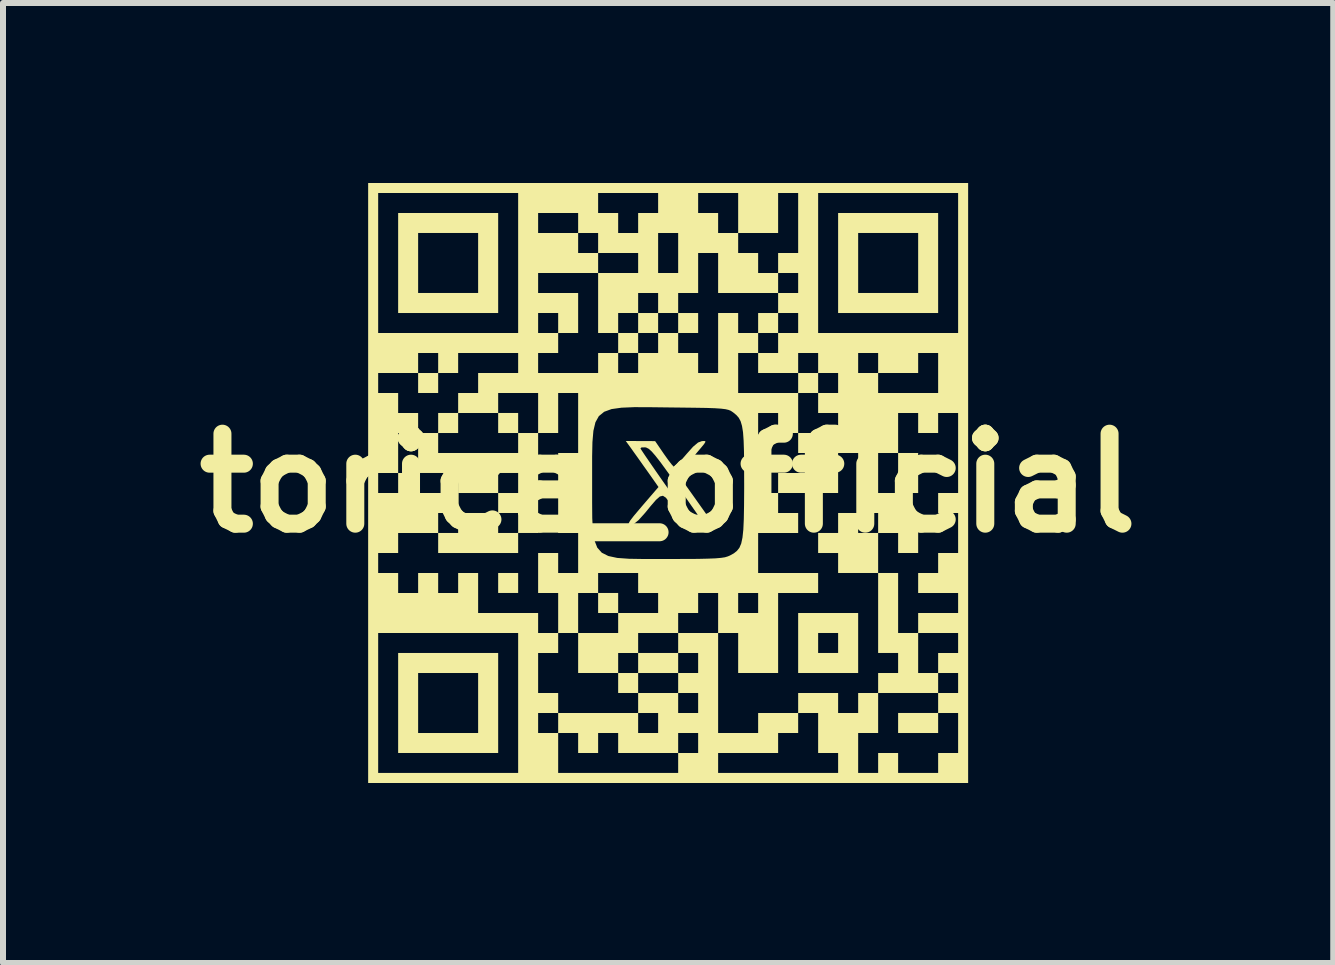
<source format=kicad_pcb>
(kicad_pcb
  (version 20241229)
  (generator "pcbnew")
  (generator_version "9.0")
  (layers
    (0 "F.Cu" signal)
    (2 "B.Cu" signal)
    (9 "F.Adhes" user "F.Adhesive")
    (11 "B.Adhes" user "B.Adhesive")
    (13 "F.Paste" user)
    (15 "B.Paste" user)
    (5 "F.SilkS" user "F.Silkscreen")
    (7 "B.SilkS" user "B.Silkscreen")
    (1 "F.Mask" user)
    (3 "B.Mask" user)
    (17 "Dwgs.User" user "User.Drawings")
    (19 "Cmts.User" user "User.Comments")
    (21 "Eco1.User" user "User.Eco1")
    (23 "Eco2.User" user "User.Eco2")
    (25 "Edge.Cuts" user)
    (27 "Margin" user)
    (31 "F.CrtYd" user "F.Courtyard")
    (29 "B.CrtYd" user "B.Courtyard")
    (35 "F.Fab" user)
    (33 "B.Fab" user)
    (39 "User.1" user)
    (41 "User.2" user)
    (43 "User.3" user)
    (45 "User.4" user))
  (footprint "torica_official"
    (layer "F.Cu")
    (at 8.086 5)
    (property "Reference" "torica_official" (at 0 0 0) (layer "F.SilkS") (effects (font (size 1.5 1.5) (thickness 0.3))))
    (attr board_only exclude_from_pos_files exclude_from_bom)
    (fp_poly (pts (xy -3.833 -1.667) (xy -3.833 -1.5) (xy -4 -1.5) (xy -4.167 -1.5) (xy -4.167 -1.667) (xy -4.167 -1.833) (xy -4 -1.833) (xy -3.833 -1.833)) (stroke (width 0) (type solid)) (fill yes) (layer "F.SilkS"))
    (fp_poly (pts (xy -2.5 -1) (xy -2.5 -0.833) (xy -2.667 -0.833) (xy -2.833 -0.833) (xy -2.833 -1) (xy -2.833 -1.167) (xy -2.667 -1.167) (xy -2.5 -1.167)) (stroke (width 0) (type solid)) (fill yes) (layer "F.SilkS"))
    (fp_poly (pts (xy -2.5 1.667) (xy -2.5 1.833) (xy -2.667 1.833) (xy -2.833 1.833) (xy -2.833 1.667) (xy -2.833 1.5) (xy -2.667 1.5) (xy -2.5 1.5)) (stroke (width 0) (type solid)) (fill yes) (layer "F.SilkS"))
    (fp_poly (pts (xy -0.833 2) (xy -0.833 2.167) (xy -1 2.167) (xy -1.167 2.167) (xy -1.167 2) (xy -1.167 1.833) (xy -1 1.833) (xy -0.833 1.833)) (stroke (width 0) (type solid)) (fill yes) (layer "F.SilkS"))
    (fp_poly (pts (xy 0.5 -2.667) (xy 0.5 -2.5) (xy 0.333 -2.5) (xy 0.167 -2.5) (xy 0.167 -2.667) (xy 0.167 -2.833) (xy 0.333 -2.833) (xy 0.5 -2.833)) (stroke (width 0) (type solid)) (fill yes) (layer "F.SilkS"))
    (fp_poly (pts (xy 1.833 -2.667) (xy 1.833 -2.5) (xy 1.667 -2.5) (xy 1.5 -2.5) (xy 1.5 -2.667) (xy 1.5 -2.833) (xy 1.667 -2.833) (xy 1.833 -2.833)) (stroke (width 0) (type solid)) (fill yes) (layer "F.SilkS"))
    (fp_poly (pts (xy 2.5 -1.667) (xy 2.5 -1.5) (xy 2.333 -1.5) (xy 2.167 -1.5) (xy 2.167 -1.667) (xy 2.167 -1.833) (xy 2.333 -1.833) (xy 2.5 -1.833)) (stroke (width 0) (type solid)) (fill yes) (layer "F.SilkS"))
    (fp_poly (pts (xy 4.167 -0.167) (xy 4.167 0.167) (xy 4 0.167) (xy 3.833 0.167) (xy 3.833 -0.167) (xy 3.833 -0.5) (xy 4 -0.5) (xy 4.167 -0.5)) (stroke (width 0) (type solid)) (fill yes) (layer "F.SilkS"))
    (fp_poly (pts (xy 4.5 4) (xy 4.5 4.167) (xy 4.167 4.167) (xy 3.833 4.167) (xy 3.833 4) (xy 3.833 3.833) (xy 4.167 3.833) (xy 4.5 3.833)) (stroke (width 0) (type solid)) (fill yes) (layer "F.SilkS"))
    (fp_poly (pts (xy -0.167 -2.667) (xy -0.167 -2.5) (xy -0.333 -2.5) (xy -0.5 -2.5) (xy -0.5 -2.333) (xy -0.5 -2.167) (xy -0.667 -2.167) (xy -0.833 -2.167) (xy -0.833 -2.333) (xy -0.833 -2.5) (xy -0.667 -2.5) (xy -0.5 -2.5) (xy -0.5 -2.667) (xy -0.5 -2.833) (xy -0.333 -2.833) (xy -0.167 -2.833)) (stroke (width 0) (type solid)) (fill yes) (layer "F.SilkS"))
    (fp_poly (pts (xy 0.167 3) (xy 0.167 3.167) (xy -0.167 3.167) (xy -0.5 3.167) (xy -0.5 3.333) (xy -0.5 3.5) (xy -0.667 3.5) (xy -0.833 3.5) (xy -0.833 3.333) (xy -0.833 3.167) (xy -0.667 3.167) (xy -0.5 3.167) (xy -0.5 3) (xy -0.5 2.833) (xy -0.167 2.833) (xy 0.167 2.833)) (stroke (width 0) (type solid)) (fill yes) (layer "F.SilkS"))
    (fp_poly (pts (xy -2.833 -3.667) (xy -2.833 -2.833) (xy -3.667 -2.833) (xy -4.5 -2.833) (xy -4.5 -3.667) (xy -4.167 -3.667) (xy -4.167 -3.167) (xy -3.667 -3.167) (xy -3.167 -3.167) (xy -3.167 -3.667) (xy -3.167 -4.167) (xy -3.667 -4.167) (xy -4.167 -4.167) (xy -4.167 -3.667) (xy -4.5 -3.667) (xy -4.5 -4.5) (xy -3.667 -4.5) (xy -2.833 -4.5)) (stroke (width 0) (type solid)) (fill yes) (layer "F.SilkS"))
    (fp_poly (pts (xy -2.833 3.667) (xy -2.833 4.5) (xy -3.667 4.5) (xy -4.5 4.5) (xy -4.5 3.667) (xy -4.167 3.667) (xy -4.167 4.167) (xy -3.667 4.167) (xy -3.167 4.167) (xy -3.167 3.667) (xy -3.167 3.167) (xy -3.667 3.167) (xy -4.167 3.167) (xy -4.167 3.667) (xy -4.5 3.667) (xy -4.5 2.833) (xy -3.667 2.833) (xy -2.833 2.833)) (stroke (width 0) (type solid)) (fill yes) (layer "F.SilkS"))
    (fp_poly (pts (xy 3.167 2.667) (xy 3.167 3.167) (xy 2.667 3.167) (xy 2.167 3.167) (xy 2.167 2.667) (xy 2.5 2.667) (xy 2.5 2.833) (xy 2.667 2.833) (xy 2.833 2.833) (xy 2.833 2.667) (xy 2.833 2.5) (xy 2.667 2.5) (xy 2.5 2.5) (xy 2.5 2.667) (xy 2.167 2.667) (xy 2.167 2.167) (xy 2.667 2.167) (xy 3.167 2.167)) (stroke (width 0) (type solid)) (fill yes) (layer "F.SilkS"))
    (fp_poly (pts (xy 4.5 -3.667) (xy 4.5 -2.833) (xy 3.667 -2.833) (xy 2.833 -2.833) (xy 2.833 -3.667) (xy 3.167 -3.667) (xy 3.167 -3.167) (xy 3.667 -3.167) (xy 4.167 -3.167) (xy 4.167 -3.667) (xy 4.167 -4.167) (xy 3.667 -4.167) (xy 3.167 -4.167) (xy 3.167 -3.667) (xy 2.833 -3.667) (xy 2.833 -4.5) (xy 3.667 -4.5) (xy 4.5 -4.5)) (stroke (width 0) (type solid)) (fill yes) (layer "F.SilkS"))
    (fp_poly (pts (xy 3.167 0.667) (xy 3.167 0.833) (xy 3.333 0.833) (xy 3.5 0.833) (xy 3.5 1.167) (xy 3.5 1.5) (xy 3.167 1.5) (xy 2.833 1.5) (xy 2.833 1.333) (xy 2.833 1.167) (xy 2.667 1.167) (xy 2.5 1.167) (xy 2.5 1) (xy 2.5 0.833) (xy 2.667 0.833) (xy 2.833 0.833) (xy 2.833 0.667) (xy 2.833 0.5) (xy 3 0.5) (xy 3.167 0.5)) (stroke (width 0) (type solid)) (fill yes) (layer "F.SilkS"))
    (fp_poly (pts (xy 3.833 2) (xy 3.833 2.5) (xy 4 2.5) (xy 4.167 2.5) (xy 4.167 2.833) (xy 4.167 3.167) (xy 4.333 3.167) (xy 4.5 3.167) (xy 4.5 3.333) (xy 4.5 3.5) (xy 4 3.5) (xy 3.5 3.5) (xy 3.5 3.333) (xy 3.5 3.167) (xy 3.667 3.167) (xy 3.833 3.167) (xy 3.833 3) (xy 3.833 2.833) (xy 3.667 2.833) (xy 3.5 2.833) (xy 3.5 2.167) (xy 3.5 1.5) (xy 3.667 1.5) (xy 3.833 1.5)) (stroke (width 0) (type solid)) (fill yes) (layer "F.SilkS"))
    (fp_poly (pts (xy -3.5 -1) (xy -3.5 -0.833) (xy -3.667 -0.833) (xy -3.833 -0.833) (xy -3.833 -0.667) (xy -3.833 -0.5) (xy -3.167 -0.5) (xy -2.5 -0.5) (xy -2.5 -0.667) (xy -2.5 -0.833) (xy -2.333 -0.833) (xy -2.167 -0.833) (xy -2.167 0) (xy -2.167 0.833) (xy -2.333 0.833) (xy -2.5 0.833) (xy -2.5 1) (xy -2.5 1.167) (xy -3.167 1.167) (xy -3.833 1.167) (xy -3.833 1) (xy -3.833 0.833) (xy -3.667 0.833) (xy -3.5 0.833) (xy -3.5 0.667) (xy -2.833 0.667) (xy -2.833 0.833) (xy -2.667 0.833) (xy -2.5 0.833) (xy -2.5 0.667) (xy -2.5 0.5) (xy -2.667 0.5) (xy -2.833 0.5) (xy -2.833 0.667) (xy -3.5 0.667) (xy -3.5 0.5) (xy -3.167 0.5) (xy -2.833 0.5) (xy -2.833 0.333) (xy -2.833 0.167) (xy -3.167 0.167) (xy -3.5 0.167) (xy -3.5 0) (xy -2.833 0) (xy -2.833 0.167) (xy -2.667 0.167) (xy -2.5 0.167) (xy -2.5 0) (xy -2.5 -0.167) (xy -2.667 -0.167) (xy -2.833 -0.167) (xy -2.833 0) (xy -3.5 0) (xy -3.5 -0.167) (xy -3.833 -0.167) (xy -4.167 -0.167) (xy -4.167 -0.5) (xy -4.167 -0.833) (xy -4 -0.833) (xy -3.833 -0.833) (xy -3.833 -1) (xy -3.833 -1.167) (xy -3.667 -1.167) (xy -3.5 -1.167)) (stroke (width 0) (type solid)) (fill yes) (layer "F.SilkS"))
    (fp_poly (pts (xy -0.461 -0.699) (xy -0.217 -0.698) (xy -0.07 -0.483) (xy 0.003 -0.381) (xy 0.062 -0.305) (xy 0.098 -0.268) (xy 0.102 -0.267) (xy 0.133 -0.291) (xy 0.194 -0.354) (xy 0.275 -0.446) (xy 0.305 -0.481) (xy 0.415 -0.604) (xy 0.498 -0.674) (xy 0.562 -0.698) (xy 0.563 -0.698) (xy 0.598 -0.7) (xy 0.619 -0.697) (xy 0.62 -0.683) (xy 0.599 -0.649) (xy 0.548 -0.587) (xy 0.465 -0.489) (xy 0.356 -0.363) (xy 0.166 -0.142) (xy 0.465 0.279) (xy 0.764 0.7) (xy 0.524 0.7) (xy 0.283 0.699) (xy 0.1 0.435) (xy 0.021 0.32) (xy -0.038 0.245) (xy -0.087 0.213) (xy -0.138 0.225) (xy -0.203 0.282) (xy -0.292 0.385) (xy -0.385 0.499) (xy -0.492 0.618) (xy -0.573 0.683) (xy -0.628 0.7) (xy -0.655 0.694) (xy -0.659 0.673) (xy -0.633 0.627) (xy -0.574 0.55) (xy -0.476 0.434) (xy -0.433 0.383) (xy -0.161 0.067) (xy -0.319 -0.158) (xy -0.413 -0.29) (xy -0.509 -0.426) (xy -0.588 -0.536) (xy -0.592 -0.542) (xy -0.616 -0.576) (xy -0.462 -0.576) (xy -0.44 -0.541) (xy -0.386 -0.46) (xy -0.305 -0.342) (xy -0.203 -0.194) (xy -0.086 -0.026) (xy -0.05 0.025) (xy 0.086 0.218) (xy 0.191 0.363) (xy 0.27 0.467) (xy 0.33 0.535) (xy 0.375 0.575) (xy 0.413 0.594) (xy 0.442 0.598) (xy 0.508 0.597) (xy 0.533 0.592) (xy 0.515 0.563) (xy 0.464 0.488) (xy 0.385 0.375) (xy 0.285 0.231) (xy 0.168 0.066) (xy 0.122 -0.000128) (xy -0.02 -0.198) (xy -0.129 -0.348) (xy -0.213 -0.455) (xy -0.276 -0.527) (xy -0.324 -0.57) (xy -0.364 -0.59) (xy -0.382 -0.594) (xy -0.444 -0.593) (xy -0.462 -0.576) (xy -0.616 -0.576) (xy -0.706 -0.7)) (stroke (width 0) (type solid)) (fill yes) (layer "F.SilkS"))
    (fp_poly (pts (xy 5 0) (xy 5 5) (xy 0 5) (xy -5 5) (xy -5 3.667) (xy -4.833 3.667) (xy -4.833 4.833) (xy -3.667 4.833) (xy -2.5 4.833) (xy -2.5 4.5) (xy -1.833 4.5) (xy -1.833 4.833) (xy -0.833 4.833) (xy 0.167 4.833) (xy 0.167 4.667) (xy 0.167 4.5) (xy 0.333 4.5) (xy 0.5 4.5) (xy 0.833 4.5) (xy 0.833 4.667) (xy 0.833 4.833) (xy 1.833 4.833) (xy 2.833 4.833) (xy 2.833 4.667) (xy 2.833 4.5) (xy 2.667 4.5) (xy 2.5 4.5) (xy 2.5 4.167) (xy 2.5 3.833) (xy 2.333 3.833) (xy 2.167 3.833) (xy 2.167 4) (xy 2.167 4.167) (xy 2 4.167) (xy 1.833 4.167) (xy 1.833 4.333) (xy 1.833 4.5) (xy 1.333 4.5) (xy 0.833 4.5) (xy 0.5 4.5) (xy 0.5 4.333) (xy 0.5 4.167) (xy 0.333 4.167) (xy 0.167 4.167) (xy 0.167 4.333) (xy 0.167 4.5) (xy -0.333 4.5) (xy -0.833 4.5) (xy -0.833 4.333) (xy -0.833 4.167) (xy -1 4.167) (xy -1.167 4.167) (xy -1.167 4.333) (xy -1.167 4.5) (xy -1.333 4.5) (xy -1.5 4.5) (xy -1.5 4.333) (xy -1.5 4.167) (xy -1.667 4.167) (xy -1.833 4.167) (xy -1.833 4.5) (xy -2.5 4.5) (xy -2.5 3.667) (xy -2.5 2.5) (xy -3.667 2.5) (xy -4.833 2.5) (xy -4.833 3.667) (xy -5 3.667) (xy -5 0) (xy -5 -1.833) (xy -4.833 -1.833) (xy -4.833 -1.667) (xy -4.833 -1.5) (xy -4.667 -1.5) (xy -4.5 -1.5) (xy -4.5 -1.333) (xy -4.5 -1.167) (xy -4.333 -1.167) (xy -4.167 -1.167) (xy -4.167 -1) (xy -4.167 -0.833) (xy -4.333 -0.833) (xy -4.5 -0.833) (xy -4.5 -0.5) (xy -4.5 -0.167) (xy -4.667 -0.167) (xy -4.833 -0.167) (xy -4.833 0) (xy -4.833 0.167) (xy -4.667 0.167) (xy -4.5 0.167) (xy -4.5 0) (xy -4.5 -0.167) (xy -4.333 -0.167) (xy -4.167 -0.167) (xy -4.167 0) (xy -4.167 0.167) (xy -3.833 0.167) (xy -3.5 0.167) (xy -3.5 0.333) (xy -3.5 0.5) (xy -3.667 0.5) (xy -3.833 0.5) (xy -3.833 0.667) (xy -3.833 0.833) (xy -4.167 0.833) (xy -4.5 0.833) (xy -4.5 1) (xy -4.5 1.167) (xy -4.667 1.167) (xy -4.833 1.167) (xy -4.833 1.333) (xy -4.833 1.5) (xy -4.667 1.5) (xy -4.5 1.5) (xy -4.5 1.667) (xy -4.5 1.833) (xy -4.333 1.833) (xy -4.167 1.833) (xy -4.167 1.667) (xy -4.167 1.5) (xy -4 1.5) (xy -3.833 1.5) (xy -3.833 1.667) (xy -3.833 1.833) (xy -3.667 1.833) (xy -3.5 1.833) (xy -3.5 1.667) (xy -3.5 1.5) (xy -3.333 1.5) (xy -3.167 1.5) (xy -3.167 1.833) (xy -3.167 2.167) (xy -2.667 2.167) (xy -2.167 2.167) (xy -2.167 2.333) (xy -2.167 2.5) (xy -2 2.5) (xy -1.833 2.5) (xy -1.833 2.667) (xy -1.833 2.833) (xy -2 2.833) (xy -2.167 2.833) (xy -2.167 3.167) (xy -2.167 3.5) (xy -2 3.5) (xy -1.833 3.5) (xy -1.833 3.667) (xy -1.833 3.833) (xy -2 3.833) (xy -2.167 3.833) (xy -2.167 4) (xy -2.167 4.167) (xy -2 4.167) (xy -1.833 4.167) (xy -1.833 4) (xy -0.5 4) (xy -0.5 4.167) (xy -0.333 4.167) (xy -0.167 4.167) (xy -0.167 4) (xy -0.167 3.833) (xy -0.333 3.833) (xy -0.5 3.833) (xy -0.5 4) (xy -1.833 4) (xy -1.833 3.833) (xy -1.167 3.833) (xy -0.5 3.833) (xy -0.5 3.667) (xy 0.167 3.667) (xy 0.167 3.833) (xy 0.333 3.833) (xy 0.5 3.833) (xy 0.5 3.667) (xy 0.5 3.5) (xy 0.333 3.5) (xy 0.167 3.5) (xy 0.167 3.667) (xy -0.5 3.667) (xy -0.5 3.5) (xy -0.167 3.5) (xy 0.167 3.5) (xy 0.167 3.333) (xy 0.167 3.167) (xy 0.333 3.167) (xy 0.5 3.167) (xy 0.5 3) (xy 0.5 2.833) (xy 0.333 2.833) (xy 0.167 2.833) (xy 0.167 2.667) (xy 0.167 2.5) (xy 0.5 2.5) (xy 0.833 2.5) (xy 0.833 2.167) (xy 0.833 2) (xy 1.167 2) (xy 1.167 2.167) (xy 1.333 2.167) (xy 1.5 2.167) (xy 1.5 2) (xy 1.5 1.833) (xy 1.333 1.833) (xy 1.167 1.833) (xy 1.167 2) (xy 0.833 2) (xy 0.833 1.833) (xy 0.667 1.833) (xy 0.5 1.833) (xy 0.5 2) (xy 0.5 2.167) (xy 0.333 2.167) (xy 0.167 2.167) (xy 0.167 2.333) (xy 0.167 2.5) (xy -0.167 2.5) (xy -0.5 2.5) (xy -0.5 2.667) (xy -0.5 2.833) (xy -0.667 2.833) (xy -0.833 2.833) (xy -0.833 3) (xy -0.833 3.167) (xy -1.167 3.167) (xy -1.5 3.167) (xy -1.5 2.833) (xy -1.5 2.5) (xy -1.167 2.5) (xy -0.833 2.5) (xy -0.833 2.333) (xy -0.833 2.167) (xy -0.5 2.167) (xy -0.167 2.167) (xy -0.167 2) (xy -0.167 1.833) (xy -0.333 1.833) (xy -0.5 1.833) (xy -0.5 1.667) (xy -0.5 1.5) (xy -0.833 1.5) (xy -1.167 1.5) (xy -1.167 1.667) (xy -1.167 1.833) (xy -1.333 1.833) (xy -1.5 1.833) (xy -1.5 2.167) (xy -1.5 2.5) (xy -1.667 2.5) (xy -1.833 2.5) (xy -1.833 2.167) (xy -1.833 1.833) (xy -2 1.833) (xy -2.167 1.833) (xy -2.167 1.5) (xy -2.167 1.167) (xy -2 1.167) (xy -1.833 1.167) (xy -1.833 1.333) (xy -1.833 1.5) (xy -1.667 1.5) (xy -1.5 1.5) (xy -1.5 1.167) (xy -1.5 0.833) (xy -1.667 0.833) (xy -1.833 0.833) (xy -1.833 0.324) (xy -1.267 0.324) (xy -1.265 0.587) (xy -1.254 0.797) (xy -1.228 0.958) (xy -1.181 1.078) (xy -1.106 1.162) (xy -0.997 1.217) (xy -0.848 1.249) (xy -0.653 1.263) (xy -0.406 1.267) (xy -0.1 1.267) (xy 0 1.267) (xy 0.277 1.266) (xy 0.495 1.265) (xy 0.663 1.261) (xy 0.789 1.256) (xy 0.881 1.248) (xy 0.947 1.238) (xy 0.996 1.223) (xy 1.031 1.208) (xy 1.096 1.172) (xy 1.147 1.131) (xy 1.188 1.079) (xy 1.218 1.008) (xy 1.239 0.909) (xy 1.253 0.777) (xy 1.261 0.603) (xy 1.265 0.379) (xy 1.267 0.098) (xy 1.267 0.006) (xy 1.266 -0.288) (xy 1.264 -0.522) (xy 1.258 -0.706) (xy 1.248 -0.846) (xy 1.231 -0.951) (xy 1.208 -1.029) (xy 1.177 -1.087) (xy 1.136 -1.133) (xy 1.084 -1.176) (xy 1.074 -1.183) (xy 1.044 -1.203) (xy 1.007 -1.218) (xy 0.956 -1.23) (xy 0.883 -1.239) (xy 0.78 -1.246) (xy 0.639 -1.251) (xy 0.451 -1.254) (xy 0.21 -1.257) (xy 0.033 -1.259) (xy -0.295 -1.263) (xy -0.564 -1.264) (xy -0.777 -1.255) (xy -0.943 -1.232) (xy -1.066 -1.187) (xy -1.154 -1.116) (xy -1.212 -1.012) (xy -1.246 -0.869) (xy -1.262 -0.681) (xy -1.267 -0.442) (xy -1.267 -0.147) (xy -1.267 -0.000001) (xy -1.267 0.324) (xy -1.833 0.324) (xy -1.833 0.167) (xy -1.833 -0.5) (xy -1.667 -0.5) (xy -1.5 -0.5) (xy -1.5 -1) (xy -1.5 -1.5) (xy -1.667 -1.5) (xy -1.833 -1.5) (xy -1.833 -1.167) (xy -1.833 -0.833) (xy -2 -0.833) (xy -2.167 -0.833) (xy -2.167 -1.167) (xy -2.167 -1.5) (xy -2.5 -1.5) (xy -2.833 -1.5) (xy -2.833 -1.333) (xy -2.833 -1.167) (xy -3.167 -1.167) (xy -3.5 -1.167) (xy -3.5 -1.333) (xy -3.5 -1.5) (xy -3.333 -1.5) (xy -3.167 -1.5) (xy -3.167 -1.667) (xy -3.167 -1.833) (xy -2.833 -1.833) (xy -2.5 -1.833) (xy -2.5 -2) (xy -2.5 -2.167) (xy -3 -2.167) (xy -3.5 -2.167) (xy -3.5 -2) (xy -3.5 -1.833) (xy -3.667 -1.833) (xy -3.833 -1.833) (xy -3.833 -2) (xy -3.833 -2.167) (xy -4 -2.167) (xy -4.167 -2.167) (xy -4.167 -2) (xy -4.167 -1.833) (xy -4.5 -1.833) (xy -4.833 -1.833) (xy -5 -1.833) (xy -5 -3.667) (xy -4.833 -3.667) (xy -4.833 -2.5) (xy -3.667 -2.5) (xy -2.5 -2.5) (xy -2.5 -3.5) (xy -2.167 -3.5) (xy -2.167 -3.333) (xy -2.167 -3.167) (xy -1.833 -3.167) (xy -1.5 -3.167) (xy -1.5 -2.833) (xy -1.5 -2.5) (xy -1.667 -2.5) (xy -1.833 -2.5) (xy -1.833 -2.667) (xy -1.833 -2.833) (xy -2 -2.833) (xy -2.167 -2.833) (xy -2.167 -2.667) (xy -2.167 -2.5) (xy -2 -2.5) (xy -1.833 -2.5) (xy -1.833 -2.333) (xy -1.833 -2.167) (xy -2 -2.167) (xy -2.167 -2.167) (xy -2.167 -2) (xy -2.167 -1.833) (xy -1.667 -1.833) (xy -1.167 -1.833) (xy -1.167 -2) (xy -1.167 -2.167) (xy -1 -2.167) (xy -0.833 -2.167) (xy -0.833 -2) (xy -0.833 -1.833) (xy -0.667 -1.833) (xy -0.5 -1.833) (xy -0.5 -2) (xy -0.5 -2.167) (xy -0.333 -2.167) (xy -0.167 -2.167) (xy -0.167 -2.333) (xy -0.167 -2.5) (xy 0 -2.5) (xy 0.167 -2.5) (xy 0.167 -2.333) (xy 0.167 -2.167) (xy 0.333 -2.167) (xy 0.5 -2.167) (xy 0.5 -2) (xy 0.5 -1.833) (xy 0.667 -1.833) (xy 0.833 -1.833) (xy 0.833 -2.333) (xy 0.833 -2.833) (xy 1 -2.833) (xy 1.167 -2.833) (xy 1.167 -2.667) (xy 1.167 -2.5) (xy 1.333 -2.5) (xy 1.5 -2.5) (xy 1.5 -2.333) (xy 1.5 -2.167) (xy 1.333 -2.167) (xy 1.167 -2.167) (xy 1.167 -1.833) (xy 1.167 -1.5) (xy 1.667 -1.5) (xy 2.167 -1.5) (xy 2.167 -1.167) (xy 2.167 -0.833) (xy 2 -0.833) (xy 1.833 -0.833) (xy 1.833 -1) (xy 1.833 -1.167) (xy 1.667 -1.167) (xy 1.5 -1.167) (xy 1.5 -0.5) (xy 1.5 0.167) (xy 1.667 0.167) (xy 1.833 0.167) (xy 1.833 0.333) (xy 1.833 0.5) (xy 2 0.5) (xy 2.167 0.5) (xy 2.167 0.667) (xy 2.167 0.833) (xy 1.833 0.833) (xy 1.5 0.833) (xy 1.5 1.167) (xy 1.5 1.5) (xy 2 1.5) (xy 2.5 1.5) (xy 2.5 1.667) (xy 2.5 1.833) (xy 2.167 1.833) (xy 1.833 1.833) (xy 1.833 2.5) (xy 1.833 3.167) (xy 1.5 3.167) (xy 1.167 3.167) (xy 1.167 2.833) (xy 1.167 2.5) (xy 1 2.5) (xy 0.833 2.5) (xy 0.833 3.333) (xy 0.833 4.167) (xy 1.167 4.167) (xy 1.5 4.167) (xy 1.5 4) (xy 1.5 3.833) (xy 1.833 3.833) (xy 2.167 3.833) (xy 2.167 3.667) (xy 2.167 3.5) (xy 2.5 3.5) (xy 2.833 3.5) (xy 2.833 3.667) (xy 2.833 3.833) (xy 3 3.833) (xy 3.167 3.833) (xy 3.167 3.667) (xy 3.167 3.5) (xy 3.333 3.5) (xy 3.5 3.5) (xy 3.5 3.833) (xy 3.5 4.167) (xy 3.333 4.167) (xy 3.167 4.167) (xy 3.167 4.5) (xy 3.167 4.833) (xy 3.333 4.833) (xy 3.5 4.833) (xy 3.5 4.667) (xy 3.5 4.5) (xy 3.667 4.5) (xy 3.833 4.5) (xy 3.833 4.667) (xy 3.833 4.833) (xy 4.167 4.833) (xy 4.5 4.833) (xy 4.5 4.667) (xy 4.5 4.5) (xy 4.667 4.5) (xy 4.833 4.5) (xy 4.833 4.167) (xy 4.833 3.833) (xy 4.667 3.833) (xy 4.5 3.833) (xy 4.5 3.667) (xy 4.5 3.5) (xy 4.667 3.5) (xy 4.833 3.5) (xy 4.833 3.333) (xy 4.833 3.167) (xy 4.667 3.167) (xy 4.5 3.167) (xy 4.5 3) (xy 4.5 2.833) (xy 4.667 2.833) (xy 4.833 2.833) (xy 4.833 2.667) (xy 4.833 2.5) (xy 4.5 2.5) (xy 4.167 2.5) (xy 4.167 2.333) (xy 4.167 2.167) (xy 4.5 2.167) (xy 4.833 2.167) (xy 4.833 2) (xy 4.833 1.833) (xy 4.5 1.833) (xy 4.167 1.833) (xy 4.167 1.667) (xy 4.167 1.5) (xy 4.333 1.5) (xy 4.5 1.5) (xy 4.5 1.333) (xy 4.5 1.167) (xy 4.667 1.167) (xy 4.833 1.167) (xy 4.833 0.833) (xy 4.833 0.5) (xy 4.667 0.5) (xy 4.5 0.5) (xy 4.5 0.333) (xy 4.5 0.167) (xy 4.667 0.167) (xy 4.833 0.167) (xy 4.833 -0.5) (xy 4.833 -1.167) (xy 4.667 -1.167) (xy 4.5 -1.167) (xy 4.5 -1) (xy 4.5 -0.833) (xy 4.333 -0.833) (xy 4.167 -0.833) (xy 4.167 -1) (xy 4.167 -1.167) (xy 4 -1.167) (xy 3.833 -1.167) (xy 3.833 -0.833) (xy 3.833 -0.5) (xy 3.667 -0.5) (xy 3.5 -0.5) (xy 3.5 -0.167) (xy 3.5 0.167) (xy 3.667 0.167) (xy 3.833 0.167) (xy 3.833 0.333) (xy 3.833 0.5) (xy 4 0.5) (xy 4.167 0.5) (xy 4.167 0.833) (xy 4.167 1.167) (xy 4 1.167) (xy 3.833 1.167) (xy 3.833 1) (xy 3.833 0.833) (xy 3.667 0.833) (xy 3.5 0.833) (xy 3.5 0.667) (xy 3.5 0.5) (xy 3.333 0.5) (xy 3.167 0.5) (xy 3.167 0) (xy 3.167 -0.5) (xy 3 -0.5) (xy 2.833 -0.5) (xy 2.833 -0.167) (xy 2.833 0.167) (xy 2.333 0.167) (xy 1.833 0.167) (xy 1.833 0) (xy 1.833 -0.167) (xy 2.167 -0.167) (xy 2.5 -0.167) (xy 2.5 -0.333) (xy 2.5 -0.5) (xy 2.333 -0.5) (xy 2.167 -0.5) (xy 2.167 -0.667) (xy 2.167 -0.833) (xy 2.5 -0.833) (xy 2.833 -0.833) (xy 2.833 -1) (xy 2.833 -1.167) (xy 2.667 -1.167) (xy 2.5 -1.167) (xy 2.5 -1.333) (xy 2.5 -1.5) (xy 2.667 -1.5) (xy 2.833 -1.5) (xy 2.833 -1.667) (xy 2.833 -1.833) (xy 2.667 -1.833) (xy 2.5 -1.833) (xy 2.5 -2) (xy 3.167 -2) (xy 3.167 -1.833) (xy 3.333 -1.833) (xy 3.5 -1.833) (xy 3.5 -1.667) (xy 3.5 -1.5) (xy 4 -1.5) (xy 4.5 -1.5) (xy 4.5 -1.833) (xy 4.5 -2.167) (xy 4.333 -2.167) (xy 4.167 -2.167) (xy 4.167 -2) (xy 4.167 -1.833) (xy 3.833 -1.833) (xy 3.5 -1.833) (xy 3.5 -2) (xy 3.5 -2.167) (xy 3.333 -2.167) (xy 3.167 -2.167) (xy 3.167 -2) (xy 2.5 -2) (xy 2.5 -2.167) (xy 2.333 -2.167) (xy 2.167 -2.167) (xy 2.167 -2) (xy 2.167 -1.833) (xy 1.833 -1.833) (xy 1.5 -1.833) (xy 1.5 -2) (xy 1.5 -2.167) (xy 1.667 -2.167) (xy 1.833 -2.167) (xy 1.833 -2.333) (xy 1.833 -2.5) (xy 2 -2.5) (xy 2.167 -2.5) (xy 2.167 -2.667) (xy 2.167 -2.833) (xy 2 -2.833) (xy 1.833 -2.833) (xy 1.833 -3) (xy 1.833 -3.167) (xy 2 -3.167) (xy 2.167 -3.167) (xy 2.167 -3.333) (xy 2.167 -3.5) (xy 2 -3.5) (xy 1.833 -3.5) (xy 1.833 -3.333) (xy 1.833 -3.167) (xy 1.333 -3.167) (xy 0.833 -3.167) (xy 0.833 -3.5) (xy 0.833 -3.833) (xy 0.667 -3.833) (xy 0.5 -3.833) (xy 0.5 -3.5) (xy 0.5 -3.167) (xy 0.333 -3.167) (xy 0.167 -3.167) (xy 0.167 -3) (xy 0.167 -2.833) (xy 0 -2.833) (xy -0.167 -2.833) (xy -0.167 -3) (xy -0.167 -3.167) (xy -0.333 -3.167) (xy -0.5 -3.167) (xy -0.5 -3) (xy -0.5 -2.833) (xy -0.667 -2.833) (xy -0.833 -2.833) (xy -0.833 -2.667) (xy -0.833 -2.5) (xy -1 -2.5) (xy -1.167 -2.5) (xy -1.167 -3) (xy -1.167 -3.5) (xy -0.833 -3.5) (xy -0.5 -3.5) (xy -0.5 -3.667) (xy -0.5 -3.833) (xy -0.167 -3.833) (xy -0.167 -3.5) (xy 0 -3.5) (xy 0.167 -3.5) (xy 0.167 -3.833) (xy 0.167 -4.167) (xy 0 -4.167) (xy -0.167 -4.167) (xy -0.167 -3.833) (xy -0.5 -3.833) (xy -0.833 -3.833) (xy -1.167 -3.833) (xy -1.167 -3.667) (xy -1.167 -3.5) (xy -1.667 -3.5) (xy -2.167 -3.5) (xy -2.5 -3.5) (xy -2.5 -3.667) (xy -2.5 -4) (xy -1.5 -4) (xy -1.5 -3.833) (xy -1.333 -3.833) (xy -1.167 -3.833) (xy -1.167 -4) (xy -1.167 -4.167) (xy -1.333 -4.167) (xy -1.5 -4.167) (xy -1.5 -4) (xy -2.5 -4) (xy -2.5 -4.333) (xy -2.167 -4.333) (xy -2.167 -4.167) (xy -1.833 -4.167) (xy -1.5 -4.167) (xy -1.5 -4.333) (xy -1.5 -4.5) (xy -1.833 -4.5) (xy -2.167 -4.5) (xy -2.167 -4.333) (xy -2.5 -4.333) (xy -2.5 -4.667) (xy -1.167 -4.667) (xy -1.167 -4.5) (xy -1 -4.5) (xy -0.833 -4.5) (xy -0.833 -4.333) (xy -0.833 -4.167) (xy -0.667 -4.167) (xy -0.5 -4.167) (xy -0.5 -4.333) (xy -0.5 -4.5) (xy -0.333 -4.5) (xy -0.167 -4.5) (xy -0.167 -4.667) (xy 0.5 -4.667) (xy 0.5 -4.5) (xy 0.667 -4.5) (xy 0.833 -4.5) (xy 0.833 -4.333) (xy 0.833 -4.167) (xy 1 -4.167) (xy 1.167 -4.167) (xy 1.167 -4) (xy 1.167 -3.833) (xy 1.333 -3.833) (xy 1.5 -3.833) (xy 1.5 -3.667) (xy 1.5 -3.5) (xy 1.667 -3.5) (xy 1.833 -3.5) (xy 1.833 -3.667) (xy 2.5 -3.667) (xy 2.5 -2.5) (xy 3.667 -2.5) (xy 4.833 -2.5) (xy 4.833 -3.667) (xy 4.833 -4.833) (xy 3.667 -4.833) (xy 2.5 -4.833) (xy 2.5 -3.667) (xy 1.833 -3.667) (xy 1.833 -3.833) (xy 2 -3.833) (xy 2.167 -3.833) (xy 2.167 -4.333) (xy 2.167 -4.833) (xy 2 -4.833) (xy 1.833 -4.833) (xy 1.833 -4.5) (xy 1.833 -4.167) (xy 1.5 -4.167) (xy 1.167 -4.167) (xy 1.167 -4.5) (xy 1.167 -4.833) (xy 0.833 -4.833) (xy 0.5 -4.833) (xy 0.5 -4.667) (xy -0.167 -4.667) (xy -0.167 -4.833) (xy -0.667 -4.833) (xy -1.167 -4.833) (xy -1.167 -4.667) (xy -2.5 -4.667) (xy -2.5 -4.833) (xy -3.667 -4.833) (xy -4.833 -4.833) (xy -4.833 -3.667) (xy -5 -3.667) (xy -5 -5) (xy 0 -5) (xy 5 -5)) (stroke (width 0) (type solid)) (fill yes) (layer "F.SilkS")))
  (gr_rect
    (start -3 -3)
    (end 19.171 13)
    (stroke (width 0.1) (type default))
    (fill no)
    (layer "Edge.Cuts")))
</source>
